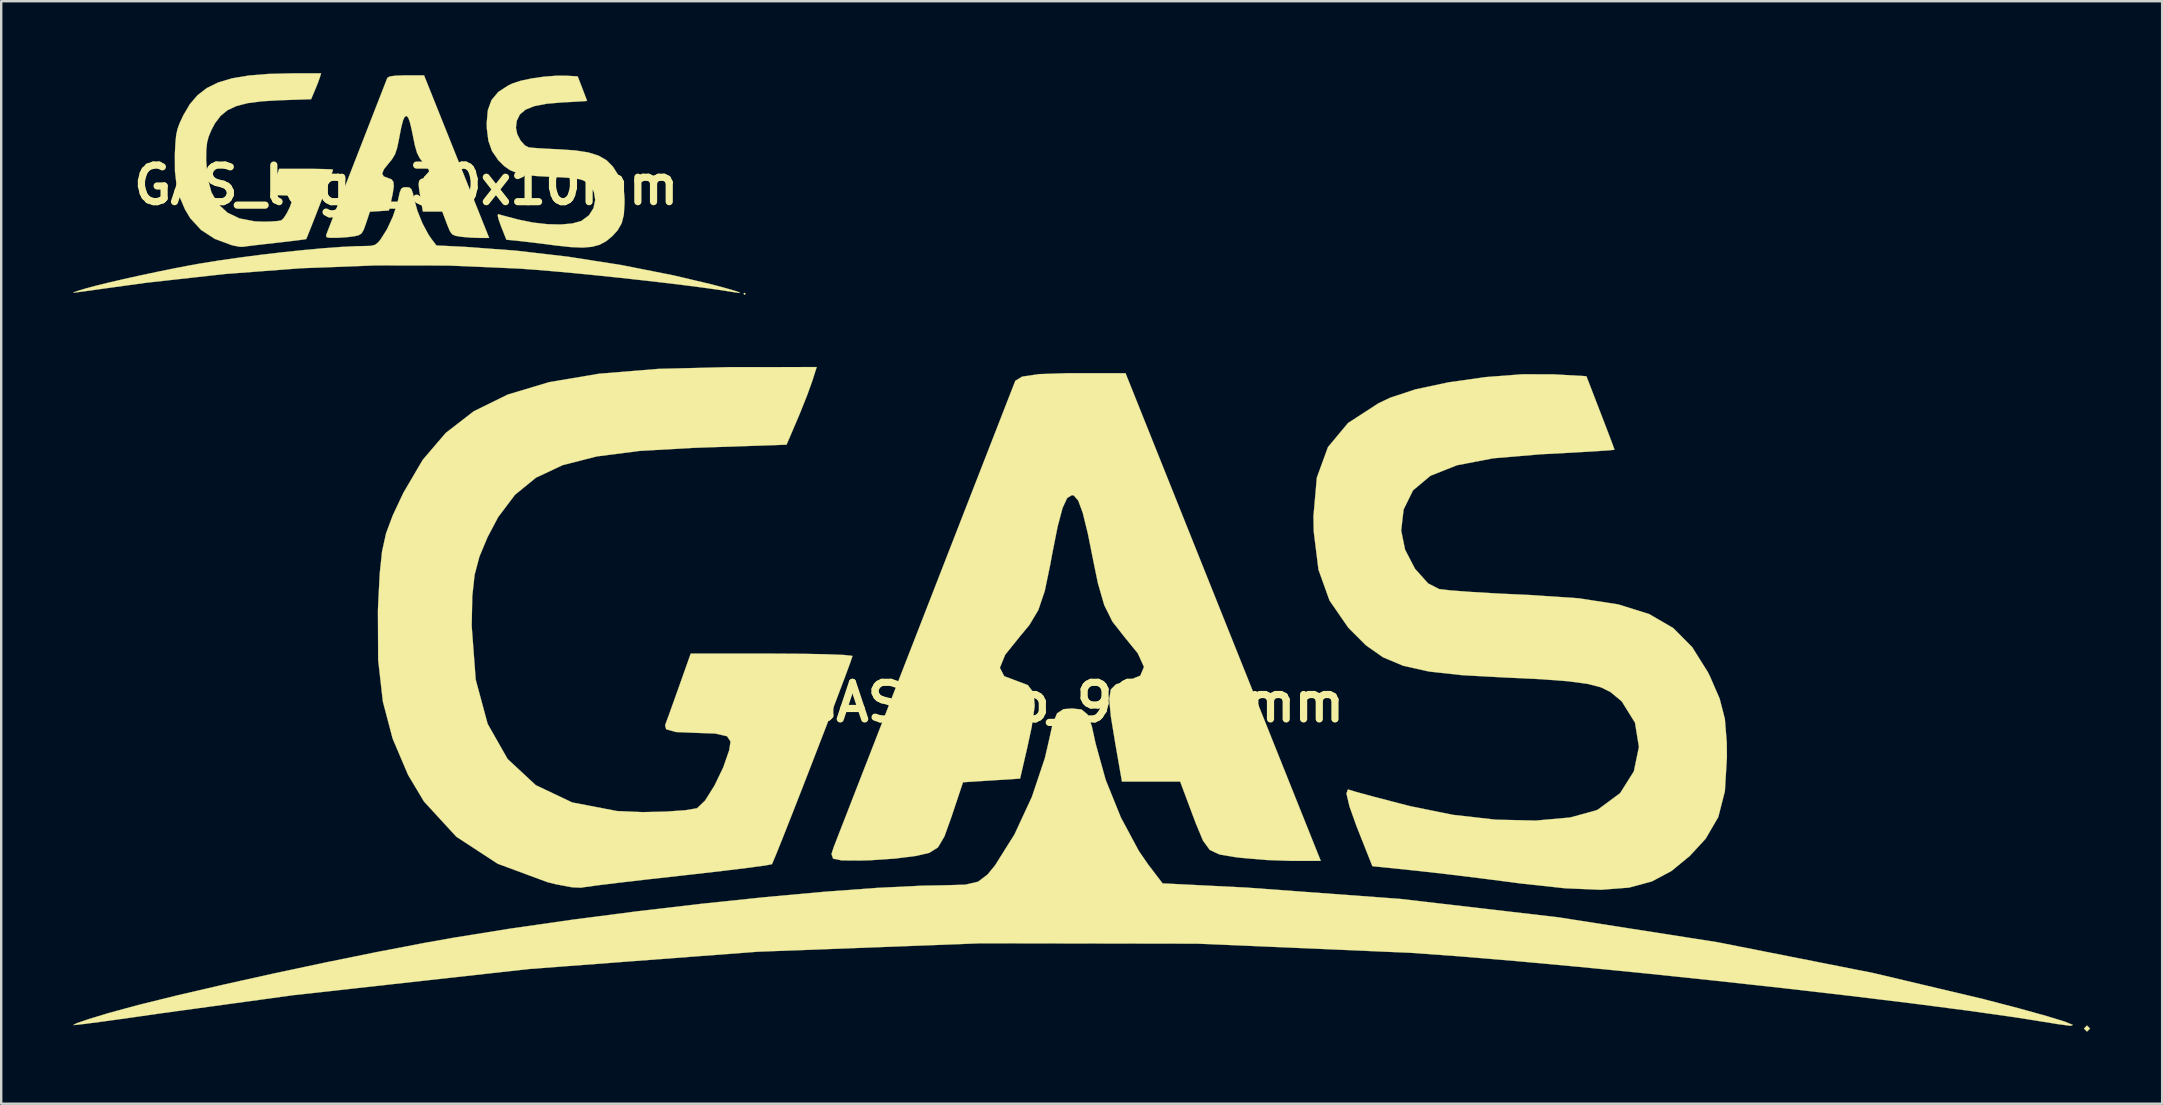
<source format=kicad_pcb>
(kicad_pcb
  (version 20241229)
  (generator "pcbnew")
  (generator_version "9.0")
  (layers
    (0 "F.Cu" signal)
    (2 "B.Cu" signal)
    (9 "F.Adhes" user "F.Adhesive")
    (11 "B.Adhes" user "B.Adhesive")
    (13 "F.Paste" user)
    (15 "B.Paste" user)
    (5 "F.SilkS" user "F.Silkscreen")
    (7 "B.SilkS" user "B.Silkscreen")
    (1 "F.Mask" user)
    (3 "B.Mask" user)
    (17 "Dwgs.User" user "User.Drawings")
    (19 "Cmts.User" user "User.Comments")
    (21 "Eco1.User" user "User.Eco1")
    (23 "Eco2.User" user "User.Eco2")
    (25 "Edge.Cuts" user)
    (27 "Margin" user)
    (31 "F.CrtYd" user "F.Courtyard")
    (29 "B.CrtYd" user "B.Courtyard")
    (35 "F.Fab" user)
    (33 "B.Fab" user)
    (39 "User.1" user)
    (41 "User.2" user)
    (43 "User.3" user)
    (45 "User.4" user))
  (footprint "GAS_logo_90x30mm"
    (layer "F.Cu")
    (at 41.611 26.214)
    (property "Reference" "GAS_logo_90x30mm" (at 0 0 0) (layer "F.SilkS") (effects (font (size 1.524 1.524) (thickness 0.3))))
    (attr through_hole)
    (fp_poly (pts (xy 42.418 13.589) (xy 42.291 13.716) (xy 42.164 13.589) (xy 42.291 13.462) (xy 42.418 13.589)) (stroke (width 0.01) (type solid)) (fill yes) (layer "F.SilkS"))
    (fp_poly (pts (xy 0.399 0.296) (xy 0.648 0.5) (xy 0.827 0.985) (xy 0.986 1.714) (xy 1.405 3.226) (xy 2.038 4.793) (xy 2.788 6.191) (xy 3.175 6.753) (xy 3.776 7.541) (xy 7.285 7.717) (xy 13.669 8.187) (xy 20.267 8.955) (xy 26.899 9.993) (xy 33.387 11.276) (xy 37.973 12.361) (xy 39.47 12.752) (xy 40.608 13.068) (xy 41.361 13.299) (xy 41.703 13.438) (xy 41.607 13.475) (xy 41.049 13.401) (xy 40.894 13.375) (xy 39.324 13.124) (xy 37.33 12.843) (xy 34.997 12.54) (xy 32.407 12.225) (xy 29.643 11.906) (xy 26.789 11.593) (xy 23.929 11.294) (xy 21.145 11.02) (xy 18.52 10.779) (xy 16.138 10.58) (xy 14.097 10.433) (xy 5.225 10.053) (xy -3.828 10.038) (xy -13.1 10.389) (xy -22.625 11.109) (xy -32.44 12.199) (xy -38.05 12.968) (xy -39.307 13.149) (xy -40.379 13.297) (xy -41.168 13.4) (xy -41.576 13.444) (xy -41.606 13.444) (xy -41.475 13.371) (xy -40.964 13.196) (xy -40.181 12.957) (xy -40.132 12.943) (xy -38.88 12.603) (xy -37.238 12.198) (xy -35.314 11.752) (xy -33.22 11.287) (xy -31.064 10.829) (xy -28.957 10.401) (xy -27.007 10.027) (xy -25.781 9.808) (xy -23.405 9.426) (xy -20.826 9.056) (xy -18.135 8.707) (xy -15.426 8.39) (xy -12.79 8.115) (xy -10.319 7.891) (xy -8.107 7.728) (xy -6.244 7.637) (xy -5.296 7.62) (xy -4.441 7.595) (xy -3.909 7.47) (xy -3.518 7.174) (xy -3.205 6.793) (xy -2.395 5.504) (xy -1.669 3.939) (xy -1.129 2.327) (xy -0.986 1.714) (xy -0.803 0.894) (xy -0.619 0.456) (xy -0.353 0.282) (xy 0 0.254) (xy 0.399 0.296)) (stroke (width 0.01) (type solid)) (fill yes) (layer "F.SilkS"))
    (fp_poly (pts (xy 2.233 -13.716) (xy 6.3 -3.556) (xy 10.367 6.604) (xy 9.156 6.604) (xy 8.104 6.567) (xy 7.014 6.474) (xy 6.785 6.445) (xy 6.145 6.336) (xy 5.746 6.15) (xy 5.462 5.762) (xy 5.165 5.052) (xy 5.068 4.794) (xy 4.51 3.302) (xy 2.084 3.302) (xy 1.804 1.694) (xy 1.622 0.586) (xy 1.554 -0.123) (xy 1.619 -0.536) (xy 1.836 -0.753) (xy 2.224 -0.875) (xy 2.286 -0.889) (xy 2.847 -1.112) (xy 3.002 -1.478) (xy 2.746 -2.041) (xy 2.179 -2.738) (xy 1.689 -3.363) (xy 1.347 -4.05) (xy 1.082 -4.968) (xy 0.926 -5.723) (xy 0.664 -7.029) (xy 0.45 -7.9) (xy 0.263 -8.407) (xy 0.079 -8.619) (xy -0.000001 -8.636) (xy -0.199 -8.513) (xy -0.39 -8.102) (xy -0.594 -7.335) (xy -0.83 -6.147) (xy -0.901 -5.754) (xy -1.133 -4.637) (xy -1.399 -3.851) (xy -1.775 -3.221) (xy -2.151 -2.769) (xy -2.782 -1.983) (xy -3.003 -1.441) (xy -2.82 -1.091) (xy -2.286 -0.889) (xy -1.841 -0.723) (xy -1.6 -0.409) (xy -1.55 0.145) (xy -1.677 1.029) (xy -1.866 1.905) (xy -2.16 3.175) (xy -3.349 3.252) (xy -4.538 3.328) (xy -5.021 4.775) (xy -5.313 5.587) (xy -5.582 6.042) (xy -5.945 6.27) (xy -6.498 6.398) (xy -7.372 6.508) (xy -8.412 6.578) (xy -8.82 6.589) (xy -9.587 6.584) (xy -9.951 6.511) (xy -10.018 6.317) (xy -9.926 6.032) (xy -9.743 5.56) (xy -9.409 4.703) (xy -8.95 3.522) (xy -8.388 2.08) (xy -7.749 0.438) (xy -7.056 -1.342) (xy -6.333 -3.198) (xy -5.605 -5.069) (xy -4.894 -6.894) (xy -4.226 -8.609) (xy -3.623 -10.155) (xy -3.111 -11.469) (xy -2.714 -12.489) (xy -2.454 -13.154) (xy -2.358 -13.399) (xy -2.074 -13.573) (xy -1.366 -13.677) (xy -0.195 -13.715) (xy 0.001 -13.716) (xy 2.233 -13.716)) (stroke (width 0.01) (type solid)) (fill yes) (layer "F.SilkS"))
    (fp_poly (pts (xy -10.815 -13.399) (xy -11.029 -12.804) (xy -11.342 -12.02) (xy -11.443 -11.782) (xy -11.89 -10.737) (xy -15.788 -10.604) (xy -18.012 -10.477) (xy -19.8 -10.247) (xy -21.218 -9.885) (xy -22.331 -9.362) (xy -23.205 -8.649) (xy -23.906 -7.719) (xy -24.347 -6.885) (xy -24.686 -6.074) (xy -24.887 -5.315) (xy -24.984 -4.423) (xy -25.008 -3.215) (xy -25.008 -3.175) (xy -24.841 -0.947) (xy -24.344 0.895) (xy -23.512 2.359) (xy -22.34 3.448) (xy -20.822 4.169) (xy -18.954 4.527) (xy -17.883 4.572) (xy -16.912 4.55) (xy -16.104 4.493) (xy -15.628 4.412) (xy -15.617 4.408) (xy -15.284 4.09) (xy -14.892 3.464) (xy -14.527 2.706) (xy -14.28 1.995) (xy -14.224 1.63) (xy -14.37 1.411) (xy -14.863 1.298) (xy -15.648 1.27) (xy -16.498 1.235) (xy -16.906 1.121) (xy -16.951 0.953) (xy -16.802 0.547) (xy -16.55 -0.155) (xy -16.356 -0.699) (xy -15.883 -2.032) (xy -12.513 -2.032) (xy -11.272 -2.025) (xy -10.236 -2.005) (xy -9.5 -1.976) (xy -9.157 -1.939) (xy -9.144 -1.93) (xy -9.231 -1.669) (xy -9.468 -1.027) (xy -9.819 -0.099) (xy -10.249 1.025) (xy -10.723 2.253) (xy -11.203 3.491) (xy -11.656 4.649) (xy -12.045 5.634) (xy -12.334 6.354) (xy -12.488 6.718) (xy -12.502 6.743) (xy -12.766 6.793) (xy -13.445 6.886) (xy -14.452 7.009) (xy -15.695 7.153) (xy -16.383 7.23) (xy -17.731 7.38) (xy -18.904 7.517) (xy -19.807 7.628) (xy -20.346 7.702) (xy -20.447 7.721) (xy -20.829 7.704) (xy -21.499 7.578) (xy -21.844 7.493) (xy -23.929 6.721) (xy -25.648 5.598) (xy -26.998 4.128) (xy -27.658 3.024) (xy -28.301 1.513) (xy -28.709 -0.034) (xy -28.905 -1.761) (xy -28.915 -3.809) (xy -28.904 -4.11) (xy -28.839 -5.375) (xy -28.742 -6.299) (xy -28.575 -7.048) (xy -28.299 -7.787) (xy -27.878 -8.682) (xy -27.845 -8.748) (xy -27.048 -10.106) (xy -26.09 -11.226) (xy -24.924 -12.128) (xy -23.502 -12.827) (xy -21.778 -13.343) (xy -19.705 -13.693) (xy -17.234 -13.895) (xy -14.32 -13.967) (xy -14.016 -13.968) (xy -10.634 -13.97) (xy -10.815 -13.399)) (stroke (width 0.01) (type solid)) (fill yes) (layer "F.SilkS"))
    (fp_poly (pts (xy 20.077 -13.667) (xy 21.435 -13.589) (xy 22.02 -12.074) (xy 22.321 -11.291) (xy 22.533 -10.731) (xy 22.606 -10.525) (xy 22.369 -10.501) (xy 21.721 -10.457) (xy 20.762 -10.402) (xy 19.588 -10.34) (xy 19.535 -10.337) (xy 17.56 -10.171) (xy 16.042 -9.88) (xy 14.94 -9.443) (xy 14.212 -8.836) (xy 13.819 -8.038) (xy 13.717 -7.164) (xy 13.88 -6.363) (xy 14.292 -5.569) (xy 14.838 -4.959) (xy 15.296 -4.722) (xy 15.767 -4.666) (xy 16.625 -4.602) (xy 17.749 -4.536) (xy 19.018 -4.477) (xy 19.05 -4.476) (xy 21.122 -4.336) (xy 22.764 -4.082) (xy 24.051 -3.679) (xy 25.053 -3.097) (xy 25.843 -2.301) (xy 26.495 -1.26) (xy 26.587 -1.075) (xy 26.988 -0.152) (xy 27.204 0.689) (xy 27.284 1.686) (xy 27.289 2.285) (xy 27.205 3.699) (xy 26.93 4.778) (xy 26.405 5.679) (xy 25.74 6.4) (xy 24.979 7.025) (xy 24.163 7.46) (xy 23.209 7.717) (xy 22.032 7.808) (xy 20.547 7.745) (xy 18.67 7.542) (xy 18.288 7.491) (xy 16.983 7.323) (xy 15.634 7.158) (xy 14.478 7.027) (xy 14.197 6.997) (xy 12.518 6.825) (xy 11.861 5.169) (xy 11.564 4.337) (xy 11.437 3.794) (xy 11.5 3.626) (xy 11.508 3.629) (xy 11.876 3.74) (xy 12.609 3.939) (xy 13.579 4.192) (xy 14.097 4.325) (xy 15.879 4.686) (xy 17.661 4.887) (xy 19.325 4.924) (xy 20.756 4.796) (xy 21.836 4.5) (xy 21.919 4.462) (xy 22.84 3.781) (xy 23.412 2.873) (xy 23.623 1.856) (xy 23.459 0.846) (xy 22.909 -0.04) (xy 22.438 -0.431) (xy 22.047 -0.625) (xy 21.49 -0.77) (xy 20.682 -0.88) (xy 19.535 -0.966) (xy 18.046 -1.036) (xy 16.25 -1.134) (xy 14.867 -1.287) (xy 13.803 -1.525) (xy 12.962 -1.878) (xy 12.25 -2.377) (xy 11.573 -3.052) (xy 11.496 -3.138) (xy 10.732 -4.245) (xy 10.271 -5.531) (xy 10.075 -7.116) (xy 10.062 -7.747) (xy 10.204 -9.366) (xy 10.667 -10.636) (xy 11.504 -11.64) (xy 12.77 -12.461) (xy 13.266 -12.696) (xy 14.311 -13.041) (xy 15.691 -13.335) (xy 17.236 -13.553) (xy 18.773 -13.671) (xy 20.077 -13.667)) (stroke (width 0.01) (type solid)) (fill yes) (layer "F.SilkS")))
  (footprint "GAS_logo_30x10mm"
    (layer "F.Cu")
    (at 13.874 4.662)
    (property "Reference" "GAS_logo_30x10mm" (at 0 0 0) (layer "F.SilkS") (effects (font (size 1.524 1.524) (thickness 0.3))))
    (attr through_hole)
    (fp_poly (pts (xy 14.139 4.53) (xy 14.097 4.572) (xy 14.055 4.53) (xy 14.097 4.487) (xy 14.139 4.53)) (stroke (width 0.01) (type solid)) (fill yes) (layer "F.SilkS"))
    (fp_poly (pts (xy 0.133 0.099) (xy 0.216 0.167) (xy 0.276 0.328) (xy 0.329 0.572) (xy 0.468 1.075) (xy 0.679 1.598) (xy 0.929 2.064) (xy 1.058 2.251) (xy 1.259 2.514) (xy 2.428 2.572) (xy 4.556 2.729) (xy 6.756 2.985) (xy 8.966 3.331) (xy 11.129 3.759) (xy 12.658 4.12) (xy 13.157 4.251) (xy 13.536 4.356) (xy 13.787 4.433) (xy 13.901 4.479) (xy 13.869 4.492) (xy 13.683 4.467) (xy 13.631 4.458) (xy 13.108 4.375) (xy 12.443 4.281) (xy 11.666 4.18) (xy 10.802 4.075) (xy 9.881 3.969) (xy 8.93 3.864) (xy 7.976 3.765) (xy 7.048 3.673) (xy 6.173 3.593) (xy 5.379 3.527) (xy 4.699 3.478) (xy 1.742 3.351) (xy -1.276 3.346) (xy -4.367 3.463) (xy -7.542 3.703) (xy -10.813 4.066) (xy -12.683 4.323) (xy -13.102 4.383) (xy -13.46 4.432) (xy -13.723 4.467) (xy -13.859 4.481) (xy -13.869 4.481) (xy -13.825 4.457) (xy -13.655 4.399) (xy -13.394 4.319) (xy -13.377 4.314) (xy -12.96 4.201) (xy -12.413 4.066) (xy -11.771 3.917) (xy -11.073 3.762) (xy -10.355 3.61) (xy -9.652 3.467) (xy -9.002 3.342) (xy -8.594 3.269) (xy -7.802 3.142) (xy -6.942 3.019) (xy -6.045 2.902) (xy -5.142 2.797) (xy -4.263 2.705) (xy -3.44 2.63) (xy -2.702 2.576) (xy -2.081 2.546) (xy -1.765 2.54) (xy -1.48 2.532) (xy -1.303 2.49) (xy -1.173 2.391) (xy -1.068 2.264) (xy -0.798 1.835) (xy -0.556 1.313) (xy -0.376 0.776) (xy -0.329 0.572) (xy -0.268 0.298) (xy -0.206 0.152) (xy -0.118 0.094) (xy 0 0.085) (xy 0.133 0.099)) (stroke (width 0.01) (type solid)) (fill yes) (layer "F.SilkS"))
    (fp_poly (pts (xy 2.1 -1.185) (xy 3.456 2.201) (xy 3.052 2.201) (xy 2.701 2.189) (xy 2.338 2.158) (xy 2.262 2.148) (xy 2.048 2.112) (xy 1.915 2.05) (xy 1.821 1.921) (xy 1.722 1.684) (xy 1.689 1.598) (xy 1.503 1.101) (xy 0.695 1.101) (xy 0.601 0.565) (xy 0.541 0.195) (xy 0.518 -0.041) (xy 0.54 -0.179) (xy 0.612 -0.251) (xy 0.741 -0.292) (xy 0.762 -0.296) (xy 0.949 -0.371) (xy 1.001 -0.493) (xy 0.915 -0.68) (xy 0.726 -0.913) (xy 0.563 -1.121) (xy 0.449 -1.35) (xy 0.361 -1.656) (xy 0.309 -1.908) (xy 0.221 -2.343) (xy 0.15 -2.633) (xy 0.088 -2.802) (xy 0.026 -2.873) (xy 0 -2.879) (xy -0.066 -2.838) (xy -0.13 -2.701) (xy -0.198 -2.445) (xy -0.277 -2.049) (xy -0.3 -1.918) (xy -0.378 -1.546) (xy -0.466 -1.284) (xy -0.592 -1.074) (xy -0.717 -0.923) (xy -0.927 -0.661) (xy -1.001 -0.48) (xy -0.94 -0.364) (xy -0.762 -0.296) (xy -0.614 -0.241) (xy -0.533 -0.136) (xy -0.517 0.048) (xy -0.559 0.343) (xy -0.622 0.635) (xy -0.72 1.058) (xy -1.116 1.084) (xy -1.513 1.109) (xy -1.674 1.592) (xy -1.771 1.862) (xy -1.861 2.014) (xy -1.982 2.09) (xy -2.166 2.133) (xy -2.457 2.169) (xy -2.804 2.193) (xy -2.94 2.196) (xy -3.196 2.195) (xy -3.317 2.17) (xy -3.339 2.106) (xy -3.309 2.011) (xy -3.248 1.853) (xy -3.136 1.568) (xy -2.983 1.174) (xy -2.796 0.693) (xy -2.583 0.146) (xy -2.352 -0.447) (xy -2.111 -1.066) (xy -1.868 -1.69) (xy -1.631 -2.298) (xy -1.409 -2.87) (xy -1.208 -3.385) (xy -1.037 -3.823) (xy -0.905 -4.163) (xy -0.818 -4.385) (xy -0.786 -4.466) (xy -0.691 -4.524) (xy -0.455 -4.559) (xy -0.065 -4.572) (xy 0.000185 -4.572) (xy 0.744 -4.572) (xy 2.1 -1.185)) (stroke (width 0.01) (type solid)) (fill yes) (layer "F.SilkS"))
    (fp_poly (pts (xy -3.605 -4.466) (xy -3.676 -4.268) (xy -3.781 -4.007) (xy -3.814 -3.927) (xy -3.963 -3.579) (xy -5.263 -3.535) (xy -6.004 -3.492) (xy -6.6 -3.416) (xy -7.073 -3.295) (xy -7.444 -3.121) (xy -7.735 -2.883) (xy -7.969 -2.573) (xy -8.116 -2.295) (xy -8.229 -2.025) (xy -8.296 -1.772) (xy -8.328 -1.474) (xy -8.336 -1.072) (xy -8.336 -1.058) (xy -8.28 -0.316) (xy -8.115 0.298) (xy -7.837 0.786) (xy -7.447 1.149) (xy -6.941 1.39) (xy -6.318 1.509) (xy -5.961 1.524) (xy -5.637 1.517) (xy -5.368 1.498) (xy -5.209 1.471) (xy -5.206 1.469) (xy -5.095 1.363) (xy -4.964 1.155) (xy -4.842 0.902) (xy -4.76 0.665) (xy -4.741 0.543) (xy -4.79 0.47) (xy -4.954 0.433) (xy -5.216 0.423) (xy -5.499 0.412) (xy -5.635 0.374) (xy -5.65 0.318) (xy -5.601 0.182) (xy -5.517 -0.052) (xy -5.452 -0.233) (xy -5.294 -0.677) (xy -4.171 -0.677) (xy -3.757 -0.675) (xy -3.412 -0.668) (xy -3.167 -0.659) (xy -3.052 -0.646) (xy -3.048 -0.643) (xy -3.077 -0.556) (xy -3.156 -0.342) (xy -3.273 -0.033) (xy -3.416 0.342) (xy -3.574 0.751) (xy -3.734 1.164) (xy -3.885 1.55) (xy -4.015 1.878) (xy -4.111 2.118) (xy -4.163 2.239) (xy -4.167 2.248) (xy -4.255 2.264) (xy -4.482 2.295) (xy -4.817 2.336) (xy -5.232 2.384) (xy -5.461 2.41) (xy -5.91 2.46) (xy -6.301 2.506) (xy -6.602 2.543) (xy -6.782 2.567) (xy -6.816 2.574) (xy -6.943 2.568) (xy -7.166 2.526) (xy -7.281 2.498) (xy -7.976 2.24) (xy -8.549 1.866) (xy -8.999 1.376) (xy -9.219 1.008) (xy -9.434 0.504) (xy -9.57 -0.011) (xy -9.635 -0.587) (xy -9.638 -1.27) (xy -9.635 -1.37) (xy -9.613 -1.792) (xy -9.581 -2.1) (xy -9.525 -2.349) (xy -9.433 -2.596) (xy -9.293 -2.894) (xy -9.282 -2.916) (xy -9.016 -3.369) (xy -8.697 -3.742) (xy -8.308 -4.043) (xy -7.834 -4.276) (xy -7.259 -4.448) (xy -6.568 -4.564) (xy -5.745 -4.632) (xy -4.773 -4.656) (xy -4.672 -4.656) (xy -3.545 -4.657) (xy -3.605 -4.466)) (stroke (width 0.01) (type solid)) (fill yes) (layer "F.SilkS"))
    (fp_poly (pts (xy 6.692 -4.556) (xy 7.145 -4.53) (xy 7.34 -4.025) (xy 7.44 -3.764) (xy 7.511 -3.577) (xy 7.535 -3.508) (xy 7.456 -3.5) (xy 7.24 -3.486) (xy 6.921 -3.467) (xy 6.529 -3.447) (xy 6.512 -3.446) (xy 5.853 -3.39) (xy 5.347 -3.293) (xy 4.98 -3.148) (xy 4.737 -2.945) (xy 4.606 -2.679) (xy 4.572 -2.388) (xy 4.627 -2.121) (xy 4.764 -1.856) (xy 4.946 -1.653) (xy 5.099 -1.574) (xy 5.256 -1.555) (xy 5.542 -1.534) (xy 5.916 -1.512) (xy 6.339 -1.492) (xy 6.35 -1.492) (xy 7.041 -1.445) (xy 7.588 -1.361) (xy 8.017 -1.226) (xy 8.351 -1.032) (xy 8.614 -0.767) (xy 8.832 -0.42) (xy 8.862 -0.358) (xy 8.996 -0.051) (xy 9.068 0.23) (xy 9.095 0.562) (xy 9.096 0.762) (xy 9.068 1.233) (xy 8.977 1.593) (xy 8.802 1.893) (xy 8.58 2.133) (xy 8.326 2.342) (xy 8.054 2.487) (xy 7.736 2.572) (xy 7.344 2.603) (xy 6.849 2.582) (xy 6.223 2.514) (xy 6.096 2.497) (xy 5.661 2.441) (xy 5.211 2.386) (xy 4.826 2.342) (xy 4.732 2.332) (xy 4.173 2.275) (xy 3.954 1.723) (xy 3.855 1.446) (xy 3.812 1.265) (xy 3.833 1.209) (xy 3.836 1.21) (xy 3.959 1.247) (xy 4.203 1.313) (xy 4.526 1.397) (xy 4.699 1.442) (xy 5.293 1.562) (xy 5.887 1.629) (xy 6.442 1.641) (xy 6.919 1.599) (xy 7.279 1.5) (xy 7.306 1.487) (xy 7.613 1.26) (xy 7.804 0.958) (xy 7.874 0.619) (xy 7.82 0.282) (xy 7.636 -0.013) (xy 7.479 -0.144) (xy 7.349 -0.208) (xy 7.163 -0.257) (xy 6.894 -0.293) (xy 6.512 -0.322) (xy 6.015 -0.345) (xy 5.417 -0.378) (xy 4.956 -0.429) (xy 4.601 -0.508) (xy 4.321 -0.626) (xy 4.083 -0.792) (xy 3.858 -1.017) (xy 3.832 -1.046) (xy 3.577 -1.415) (xy 3.424 -1.844) (xy 3.358 -2.372) (xy 3.354 -2.582) (xy 3.401 -3.122) (xy 3.556 -3.545) (xy 3.835 -3.88) (xy 4.257 -4.154) (xy 4.422 -4.232) (xy 4.77 -4.347) (xy 5.23 -4.445) (xy 5.745 -4.518) (xy 6.258 -4.557) (xy 6.692 -4.556)) (stroke (width 0.01) (type solid)) (fill yes) (layer "F.SilkS")))
  (gr_rect
    (start -3 -3)
    (end 87.034 42.935)
    (stroke (width 0.1) (type default))
    (fill no)
    (layer "Edge.Cuts")))
</source>
